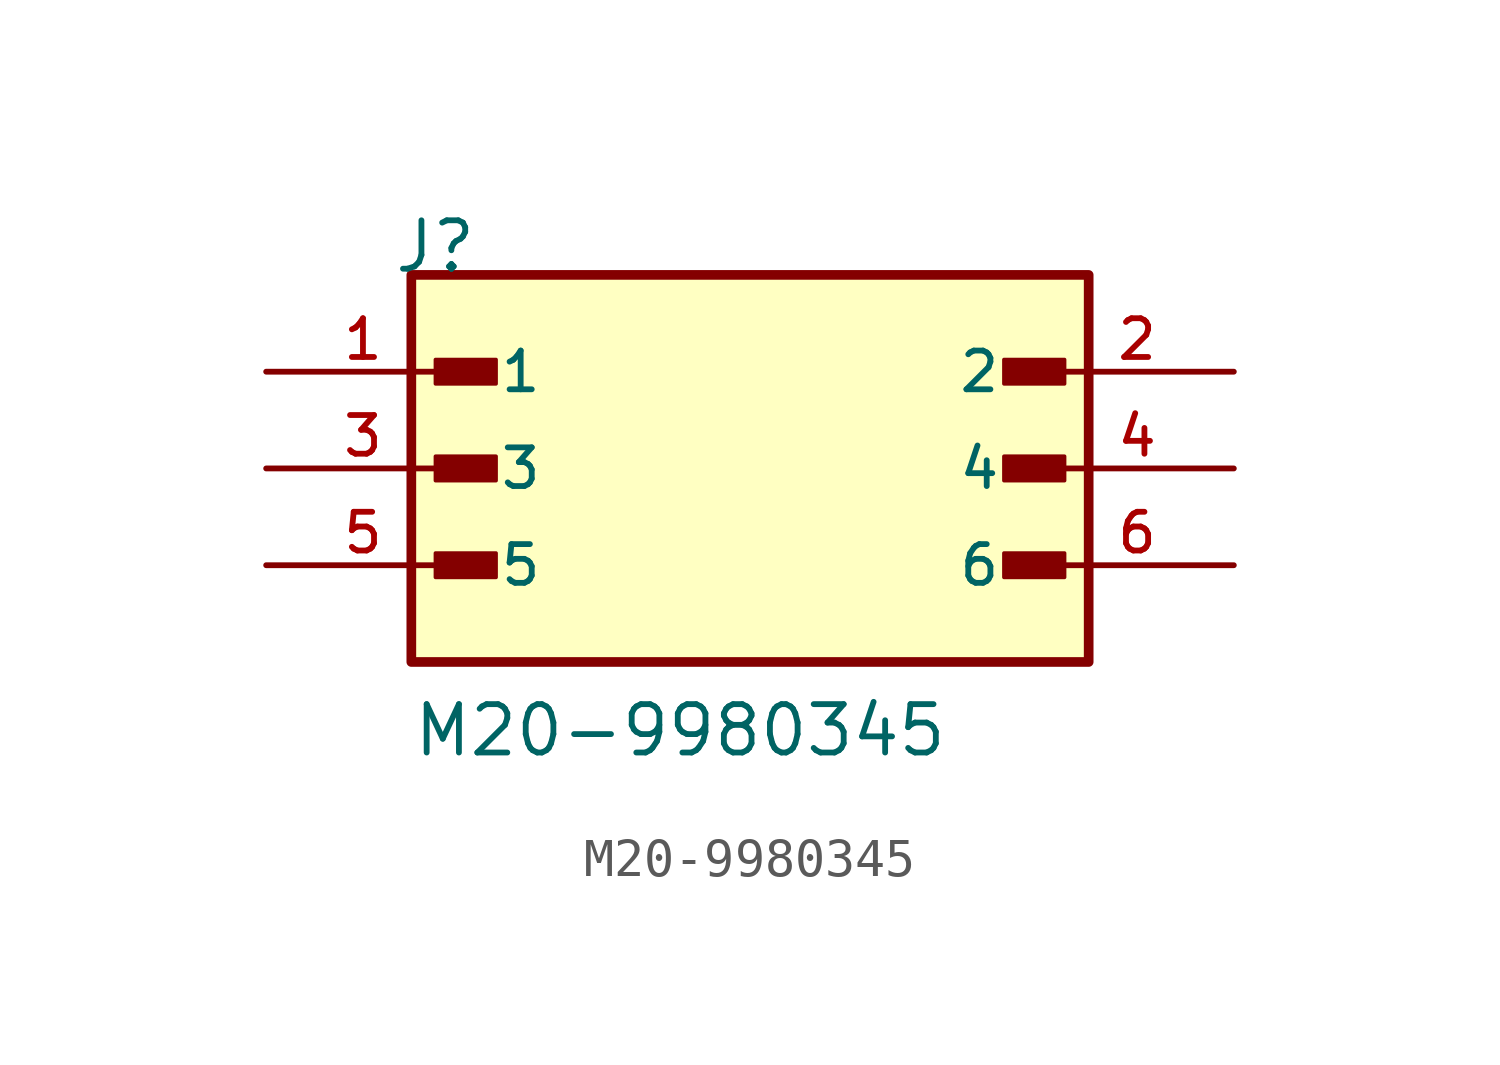
<source format=kicad_sym>
(kicad_symbol_lib
  (version 20211014)
  (generator kicad_symbol_editor)
  (symbol "M20-9980345"
    (pin_names
      (offset 1.016))
    (property "Reference" "J"
      (at -9.39 5.08 0)
      (effects (font (size 1.27 1.27)) (justify bottom left)))
    (property "Value" "M20-9980345"
      (at -8.89 -7.62 0)
      (effects (font (size 1.27 1.27)) (justify bottom left)))
    (symbol "M20-9980345_0_0"
      (rectangle (start -8.255 2.223) (end -6.668 2.857) (stroke (width 0.1)) (fill (type outline)))
      (rectangle (start 8.255 2.223) (end 6.668 2.857) (stroke (width 0.1)) (fill (type outline)))
      (rectangle (start -8.255 -0.318) (end -6.668 0.318) (stroke (width 0.1)) (fill (type outline)))
      (rectangle (start 8.255 -0.318) (end 6.668 0.318) (stroke (width 0.1)) (fill (type outline)))
      (rectangle (start -8.255 -2.857) (end -6.668 -2.223) (stroke (width 0.1)) (fill (type outline)))
      (rectangle (start 8.255 -2.857) (end 6.668 -2.223) (stroke (width 0.1)) (fill (type outline)))
      (rectangle (start -8.89 -5.08) (end 8.89 5.08) (stroke (width 0.254)) (fill (type background)))
      (pin passive line (at -12.7 2.54 0) (length 5.08) (name "1" (effects (font (size 1.016 1.016)))) (number "1" (effects (font (size 1.016 1.016)))))
      (pin passive line (at 12.7 2.54 180.0) (length 5.08) (name "2" (effects (font (size 1.016 1.016)))) (number "2" (effects (font (size 1.016 1.016)))))
      (pin passive line (at -12.7 0.0 0) (length 5.08) (name "3" (effects (font (size 1.016 1.016)))) (number "3" (effects (font (size 1.016 1.016)))))
      (pin passive line (at 12.7 0.0 180.0) (length 5.08) (name "4" (effects (font (size 1.016 1.016)))) (number "4" (effects (font (size 1.016 1.016)))))
      (pin passive line (at -12.7 -2.54 0) (length 5.08) (name "5" (effects (font (size 1.016 1.016)))) (number "5" (effects (font (size 1.016 1.016)))))
      (pin passive line (at 12.7 -2.54 180.0) (length 5.08) (name "6" (effects (font (size 1.016 1.016)))) (number "6" (effects (font (size 1.016 1.016))))))))
</source>
